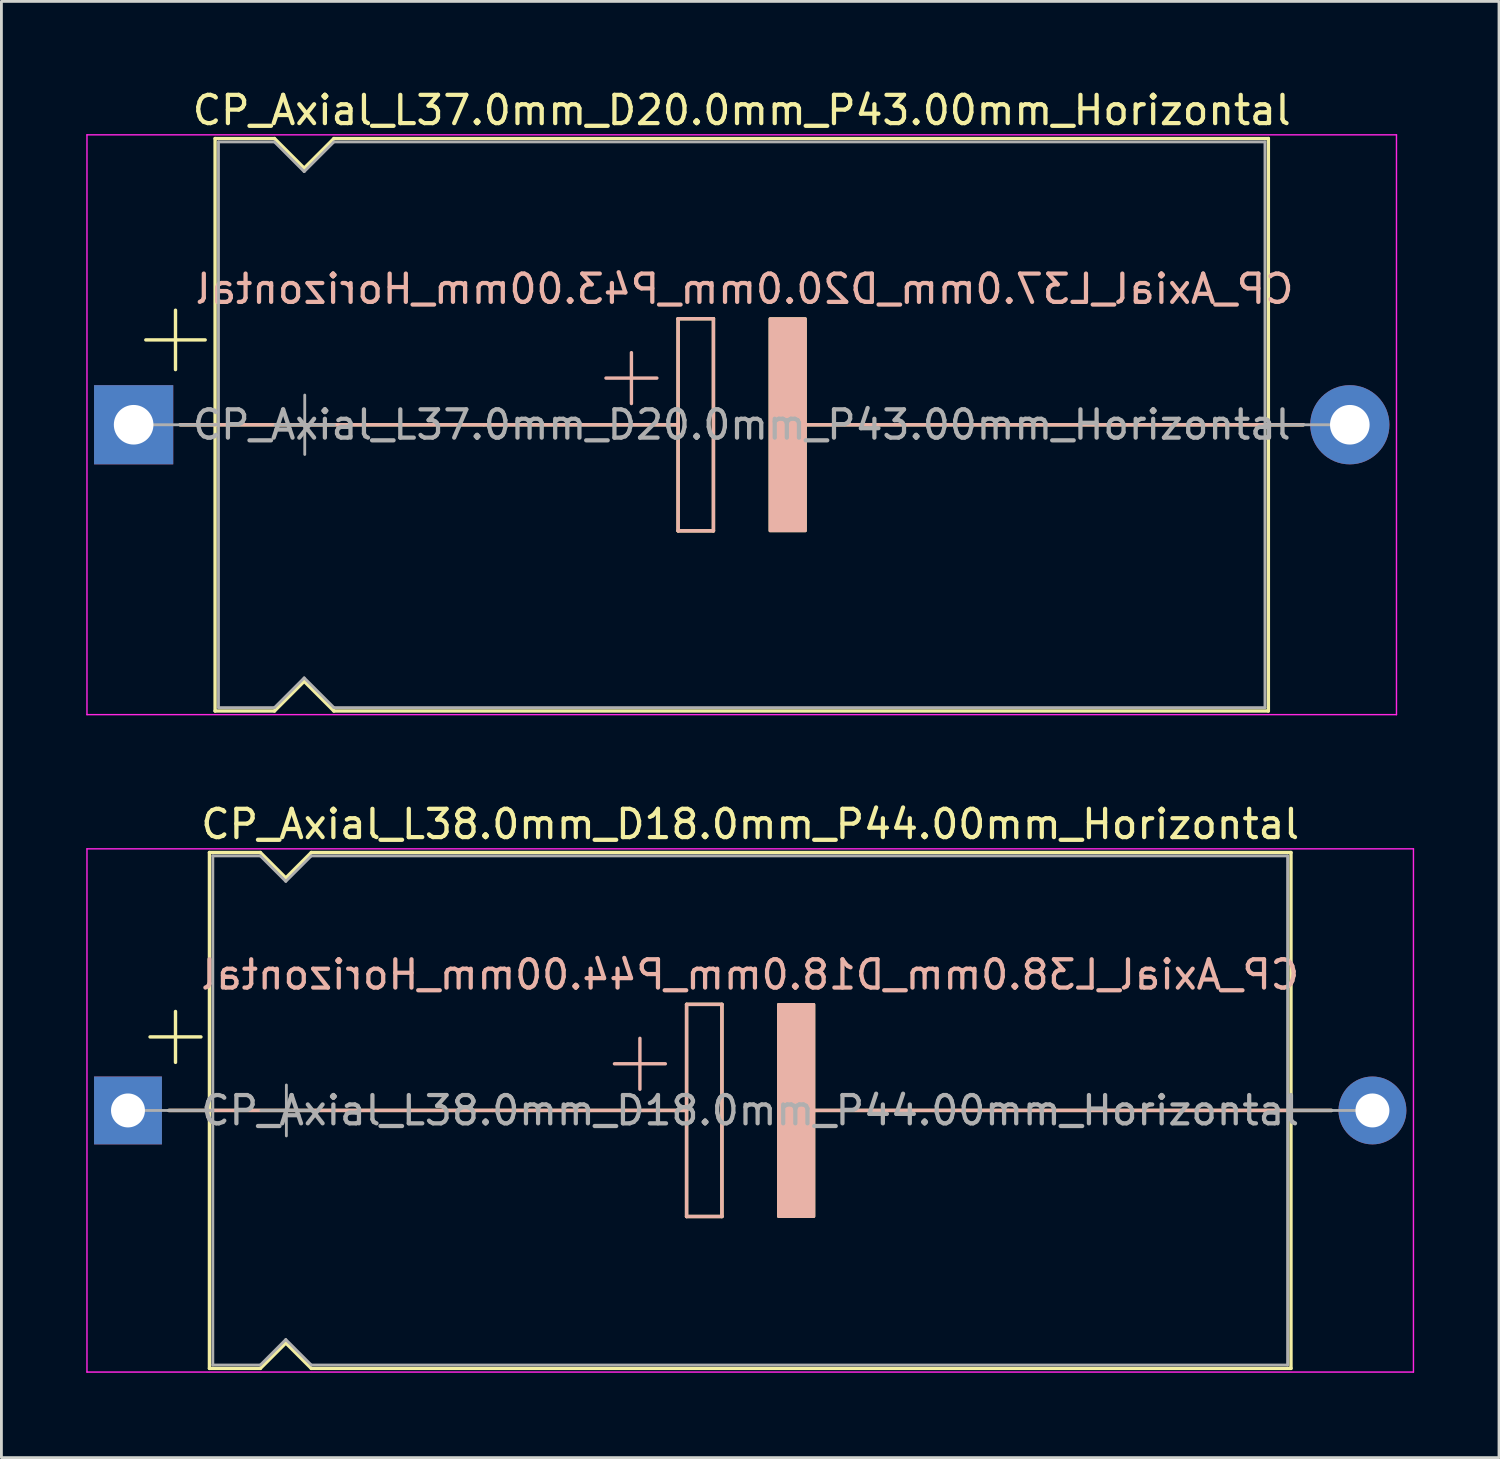
<source format=kicad_pcb>
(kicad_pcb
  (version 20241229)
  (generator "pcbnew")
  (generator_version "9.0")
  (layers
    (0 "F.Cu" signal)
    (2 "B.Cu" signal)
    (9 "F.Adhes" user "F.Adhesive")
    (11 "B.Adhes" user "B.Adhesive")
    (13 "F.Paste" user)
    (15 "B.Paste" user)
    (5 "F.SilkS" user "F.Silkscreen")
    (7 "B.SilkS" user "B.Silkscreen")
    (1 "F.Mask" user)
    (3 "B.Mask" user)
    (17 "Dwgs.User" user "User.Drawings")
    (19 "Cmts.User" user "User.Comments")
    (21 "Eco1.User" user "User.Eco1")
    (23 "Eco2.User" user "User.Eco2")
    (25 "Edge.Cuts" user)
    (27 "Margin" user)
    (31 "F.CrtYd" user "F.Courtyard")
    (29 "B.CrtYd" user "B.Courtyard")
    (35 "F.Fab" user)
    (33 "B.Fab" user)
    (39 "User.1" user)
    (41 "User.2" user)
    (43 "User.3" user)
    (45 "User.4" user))
  (footprint "CP_Axial_L37.0mm_D20.0mm_P43.00mm_Horizontal"
    (layer "F.Cu")
    (at 1.675 11.968)
    (property "Reference" "CP_Axial_L37.0mm_D20.0mm_P43.00mm_Horizontal" (at 21.5 -11.12 0) (layer "F.SilkS") (effects (font (size 1 1) (thickness 0.15))))
    (fp_line (start 0.43 -3) (end 2.53 -3) (stroke (width 0.12) (type solid)) (layer "F.SilkS"))
    (fp_line (start 1.48 -4.05) (end 1.48 -1.95) (stroke (width 0.12) (type solid)) (layer "F.SilkS"))
    (fp_line (start 1.64 0) (end 2.88 0) (stroke (width 0.12) (type solid)) (layer "F.SilkS"))
    (fp_line (start 2.88 -10.12) (end 2.88 10.12) (stroke (width 0.12) (type solid)) (layer "F.SilkS"))
    (fp_line (start 2.88 -10.12) (end 4.98 -10.12) (stroke (width 0.12) (type solid)) (layer "F.SilkS"))
    (fp_line (start 2.88 0) (end 19.25 0) (stroke (width 0.12) (type solid)) (layer "F.SilkS"))
    (fp_line (start 2.88 10.12) (end 4.98 10.12) (stroke (width 0.12) (type solid)) (layer "F.SilkS"))
    (fp_line (start 4.98 -10.12) (end 6.03 -9.07) (stroke (width 0.12) (type solid)) (layer "F.SilkS"))
    (fp_line (start 4.98 10.12) (end 6.03 9.07) (stroke (width 0.12) (type solid)) (layer "F.SilkS"))
    (fp_line (start 6.03 -9.07) (end 7.08 -10.12) (stroke (width 0.12) (type solid)) (layer "F.SilkS"))
    (fp_line (start 6.03 9.07) (end 7.08 10.12) (stroke (width 0.12) (type solid)) (layer "F.SilkS"))
    (fp_line (start 7.08 -10.12) (end 40.12 -10.12) (stroke (width 0.12) (type solid)) (layer "F.SilkS"))
    (fp_line (start 7.08 10.12) (end 40.12 10.12) (stroke (width 0.12) (type solid)) (layer "F.SilkS"))
    (fp_line (start 19.25 -3.75) (end 20.5 -3.75) (stroke (width 0.12) (type solid)) (layer "F.SilkS"))
    (fp_line (start 19.25 0) (end 19.25 -3.75) (stroke (width 0.12) (type solid)) (layer "F.SilkS"))
    (fp_line (start 19.25 3.75) (end 19.25 0) (stroke (width 0.12) (type solid)) (layer "F.SilkS"))
    (fp_line (start 20.5 -3.75) (end 20.5 3.75) (stroke (width 0.12) (type solid)) (layer "F.SilkS"))
    (fp_line (start 20.5 3.75) (end 19.25 3.75) (stroke (width 0.12) (type solid)) (layer "F.SilkS"))
    (fp_line (start 23.75 0) (end 40.132 0) (stroke (width 0.12) (type solid)) (layer "F.SilkS"))
    (fp_line (start 40.12 -10.12) (end 40.12 10.12) (stroke (width 0.12) (type solid)) (layer "F.SilkS"))
    (fp_line (start 41.36 0) (end 40.12 0) (stroke (width 0.12) (type solid)) (layer "F.SilkS"))
    (fp_poly (pts (xy 23.75 3.75) (xy 22.5 3.75) (xy 22.5 -3.75) (xy 23.75 -3.75)) (stroke (width 0.1) (type solid)) (fill yes) (layer "F.SilkS"))
    (fp_line (start 1.65 0) (end 12.38 0) (stroke (width 0.12) (type solid)) (layer "B.SilkS"))
    (fp_line (start 12.38 0) (end 19.25 0) (stroke (width 0.12) (type solid)) (layer "B.SilkS"))
    (fp_line (start 17.6 -2.55) (end 17.6 -0.75) (stroke (width 0.12) (type solid)) (layer "B.SilkS"))
    (fp_line (start 18.5 -1.65) (end 16.7 -1.65) (stroke (width 0.12) (type solid)) (layer "B.SilkS"))
    (fp_line (start 19.25 -3.75) (end 20.5 -3.75) (stroke (width 0.12) (type solid)) (layer "B.SilkS"))
    (fp_line (start 19.25 0) (end 19.25 -3.75) (stroke (width 0.12) (type solid)) (layer "B.SilkS"))
    (fp_line (start 19.25 3.75) (end 19.25 0) (stroke (width 0.12) (type solid)) (layer "B.SilkS"))
    (fp_line (start 20.5 -3.75) (end 20.5 3.75) (stroke (width 0.12) (type solid)) (layer "B.SilkS"))
    (fp_line (start 20.5 3.75) (end 19.25 3.75) (stroke (width 0.12) (type solid)) (layer "B.SilkS"))
    (fp_line (start 23.75 0) (end 30.62 0) (stroke (width 0.12) (type solid)) (layer "B.SilkS"))
    (fp_line (start 41.35 0) (end 30.62 0) (stroke (width 0.12) (type solid)) (layer "B.SilkS"))
    (fp_poly (pts (xy 23.75 3.75) (xy 22.5 3.75) (xy 22.5 -3.75) (xy 23.75 -3.75)) (stroke (width 0.1) (type solid)) (fill yes) (layer "B.SilkS"))
    (fp_line (start -1.65 -10.25) (end -1.65 10.25) (stroke (width 0.05) (type solid)) (layer "F.CrtYd"))
    (fp_line (start -1.65 10.25) (end 44.65 10.25) (stroke (width 0.05) (type solid)) (layer "F.CrtYd"))
    (fp_line (start 44.65 -10.25) (end -1.65 -10.25) (stroke (width 0.05) (type solid)) (layer "F.CrtYd"))
    (fp_line (start 44.65 10.25) (end 44.65 -10.25) (stroke (width 0.05) (type solid)) (layer "F.CrtYd"))
    (fp_line (start 0 0) (end 3 0) (stroke (width 0.1) (type solid)) (layer "F.Fab"))
    (fp_line (start 3 -10) (end 3 10) (stroke (width 0.1) (type solid)) (layer "F.Fab"))
    (fp_line (start 3 -10) (end 4.98 -10) (stroke (width 0.1) (type solid)) (layer "F.Fab"))
    (fp_line (start 3 10) (end 4.98 10) (stroke (width 0.1) (type solid)) (layer "F.Fab"))
    (fp_line (start 4.98 -10) (end 6.03 -8.95) (stroke (width 0.1) (type solid)) (layer "F.Fab"))
    (fp_line (start 4.98 10) (end 6.03 8.95) (stroke (width 0.1) (type solid)) (layer "F.Fab"))
    (fp_line (start 5 0) (end 7.1 0) (stroke (width 0.1) (type solid)) (layer "F.Fab"))
    (fp_line (start 6.03 -8.95) (end 7.08 -10) (stroke (width 0.1) (type solid)) (layer "F.Fab"))
    (fp_line (start 6.03 8.95) (end 7.08 10) (stroke (width 0.1) (type solid)) (layer "F.Fab"))
    (fp_line (start 6.05 -1.05) (end 6.05 1.05) (stroke (width 0.1) (type solid)) (layer "F.Fab"))
    (fp_line (start 7.08 -10) (end 40 -10) (stroke (width 0.1) (type solid)) (layer "F.Fab"))
    (fp_line (start 7.08 10) (end 40 10) (stroke (width 0.1) (type solid)) (layer "F.Fab"))
    (fp_line (start 40 -10) (end 40 10) (stroke (width 0.1) (type solid)) (layer "F.Fab"))
    (fp_line (start 43 0) (end 40 0) (stroke (width 0.1) (type solid)) (layer "F.Fab"))
    (fp_text user "${REFERENCE}" (at 21.6 -4.8 0) (layer "B.SilkS") (effects (font (size 1 1) (thickness 0.15)) (justify mirror)))
    (fp_text user "${REFERENCE}" (at 21.5 0 0) (layer "F.Fab") (effects (font (size 1 1) (thickness 0.15))))
    (pad "1" thru_hole rect (at 0 0) (size 2.8 2.8) (drill 1.4) (layers "*.Cu" "*.Mask"))
    (pad "2" thru_hole oval (at 43 0) (size 2.8 2.8) (drill 1.4) (layers "*.Cu" "*.Mask")))
  (footprint "CP_Axial_L38.0mm_D18.0mm_P44.00mm_Horizontal"
    (layer "F.Cu")
    (at 1.475 36.212)
    (property "Reference" "CP_Axial_L38.0mm_D18.0mm_P44.00mm_Horizontal" (at 22 -10.12 0) (layer "F.SilkS") (effects (font (size 1 1) (thickness 0.15))))
    (fp_line (start 0.78 -2.6) (end 2.58 -2.6) (stroke (width 0.12) (type solid)) (layer "F.SilkS"))
    (fp_line (start 1.44 0) (end 2.88 0) (stroke (width 0.12) (type solid)) (layer "F.SilkS"))
    (fp_line (start 1.68 -3.5) (end 1.68 -1.7) (stroke (width 0.12) (type solid)) (layer "F.SilkS"))
    (fp_line (start 2.88 -9.12) (end 2.88 9.12) (stroke (width 0.12) (type solid)) (layer "F.SilkS"))
    (fp_line (start 2.88 -9.12) (end 4.68 -9.12) (stroke (width 0.12) (type solid)) (layer "F.SilkS"))
    (fp_line (start 2.88 0) (end 19.75 0) (stroke (width 0.12) (type solid)) (layer "F.SilkS"))
    (fp_line (start 2.88 9.12) (end 4.68 9.12) (stroke (width 0.12) (type solid)) (layer "F.SilkS"))
    (fp_line (start 4.68 -9.12) (end 5.58 -8.22) (stroke (width 0.12) (type solid)) (layer "F.SilkS"))
    (fp_line (start 4.68 9.12) (end 5.58 8.22) (stroke (width 0.12) (type solid)) (layer "F.SilkS"))
    (fp_line (start 5.58 -8.22) (end 6.48 -9.12) (stroke (width 0.12) (type solid)) (layer "F.SilkS"))
    (fp_line (start 5.58 8.22) (end 6.48 9.12) (stroke (width 0.12) (type solid)) (layer "F.SilkS"))
    (fp_line (start 6.48 -9.12) (end 41.12 -9.12) (stroke (width 0.12) (type solid)) (layer "F.SilkS"))
    (fp_line (start 6.48 9.12) (end 41.12 9.12) (stroke (width 0.12) (type solid)) (layer "F.SilkS"))
    (fp_line (start 19.75 -3.75) (end 21 -3.75) (stroke (width 0.12) (type solid)) (layer "F.SilkS"))
    (fp_line (start 19.75 0) (end 19.75 -3.75) (stroke (width 0.12) (type solid)) (layer "F.SilkS"))
    (fp_line (start 19.75 3.75) (end 19.75 0) (stroke (width 0.12) (type solid)) (layer "F.SilkS"))
    (fp_line (start 21 -3.75) (end 21 3.75) (stroke (width 0.12) (type solid)) (layer "F.SilkS"))
    (fp_line (start 21 3.75) (end 19.75 3.75) (stroke (width 0.12) (type solid)) (layer "F.SilkS"))
    (fp_line (start 24.25 0) (end 41.12 0) (stroke (width 0.12) (type solid)) (layer "F.SilkS"))
    (fp_line (start 41.12 -9.12) (end 41.12 9.12) (stroke (width 0.12) (type solid)) (layer "F.SilkS"))
    (fp_line (start 42.56 0) (end 41.12 0) (stroke (width 0.12) (type solid)) (layer "F.SilkS"))
    (fp_poly (pts (xy 24.25 3.75) (xy 23 3.75) (xy 23 -3.75) (xy 24.25 -3.75)) (stroke (width 0.1) (type solid)) (fill yes) (layer "F.SilkS"))
    (fp_line (start 1.45 0) (end 12.88 0) (stroke (width 0.12) (type solid)) (layer "B.SilkS"))
    (fp_line (start 12.88 0) (end 19.75 0) (stroke (width 0.12) (type solid)) (layer "B.SilkS"))
    (fp_line (start 18.1 -2.55) (end 18.1 -0.75) (stroke (width 0.12) (type solid)) (layer "B.SilkS"))
    (fp_line (start 19 -1.65) (end 17.2 -1.65) (stroke (width 0.12) (type solid)) (layer "B.SilkS"))
    (fp_line (start 19.75 -3.75) (end 21 -3.75) (stroke (width 0.12) (type solid)) (layer "B.SilkS"))
    (fp_line (start 19.75 0) (end 19.75 -3.75) (stroke (width 0.12) (type solid)) (layer "B.SilkS"))
    (fp_line (start 19.75 3.75) (end 19.75 0) (stroke (width 0.12) (type solid)) (layer "B.SilkS"))
    (fp_line (start 21 -3.75) (end 21 3.75) (stroke (width 0.12) (type solid)) (layer "B.SilkS"))
    (fp_line (start 21 3.75) (end 19.75 3.75) (stroke (width 0.12) (type solid)) (layer "B.SilkS"))
    (fp_line (start 24.25 0) (end 31.12 0) (stroke (width 0.12) (type solid)) (layer "B.SilkS"))
    (fp_line (start 42.55 0) (end 31.12 0) (stroke (width 0.12) (type solid)) (layer "B.SilkS"))
    (fp_poly (pts (xy 24.25 3.75) (xy 23 3.75) (xy 23 -3.75) (xy 24.25 -3.75)) (stroke (width 0.1) (type solid)) (fill yes) (layer "B.SilkS"))
    (fp_line (start -1.45 -9.25) (end -1.45 9.25) (stroke (width 0.05) (type solid)) (layer "F.CrtYd"))
    (fp_line (start -1.45 9.25) (end 45.45 9.25) (stroke (width 0.05) (type solid)) (layer "F.CrtYd"))
    (fp_line (start 45.45 -9.25) (end -1.45 -9.25) (stroke (width 0.05) (type solid)) (layer "F.CrtYd"))
    (fp_line (start 45.45 9.25) (end 45.45 -9.25) (stroke (width 0.05) (type solid)) (layer "F.CrtYd"))
    (fp_line (start 0 0) (end 3 0) (stroke (width 0.1) (type solid)) (layer "F.Fab"))
    (fp_line (start 3 -9) (end 3 9) (stroke (width 0.1) (type solid)) (layer "F.Fab"))
    (fp_line (start 3 -9) (end 4.68 -9) (stroke (width 0.1) (type solid)) (layer "F.Fab"))
    (fp_line (start 3 9) (end 4.68 9) (stroke (width 0.1) (type solid)) (layer "F.Fab"))
    (fp_line (start 4.68 -9) (end 5.58 -8.1) (stroke (width 0.1) (type solid)) (layer "F.Fab"))
    (fp_line (start 4.68 9) (end 5.58 8.1) (stroke (width 0.1) (type solid)) (layer "F.Fab"))
    (fp_line (start 4.7 0) (end 6.5 0) (stroke (width 0.1) (type solid)) (layer "F.Fab"))
    (fp_line (start 5.58 -8.1) (end 6.48 -9) (stroke (width 0.1) (type solid)) (layer "F.Fab"))
    (fp_line (start 5.58 8.1) (end 6.48 9) (stroke (width 0.1) (type solid)) (layer "F.Fab"))
    (fp_line (start 5.6 -0.9) (end 5.6 0.9) (stroke (width 0.1) (type solid)) (layer "F.Fab"))
    (fp_line (start 6.48 -9) (end 41 -9) (stroke (width 0.1) (type solid)) (layer "F.Fab"))
    (fp_line (start 6.48 9) (end 41 9) (stroke (width 0.1) (type solid)) (layer "F.Fab"))
    (fp_line (start 41 -9) (end 41 9) (stroke (width 0.1) (type solid)) (layer "F.Fab"))
    (fp_line (start 44 0) (end 41 0) (stroke (width 0.1) (type solid)) (layer "F.Fab"))
    (fp_text user "${REFERENCE}" (at 22 -4.8 0) (layer "B.SilkS") (effects (font (size 1 1) (thickness 0.15)) (justify mirror)))
    (fp_text user "${REFERENCE}" (at 22 0 0) (layer "F.Fab") (effects (font (size 1 1) (thickness 0.15))))
    (pad "1" thru_hole rect (at 0 0) (size 2.4 2.4) (drill 1.2) (layers "*.Cu" "*.Mask"))
    (pad "2" thru_hole oval (at 44 0) (size 2.4 2.4) (drill 1.2) (layers "*.Cu" "*.Mask")))
  (gr_rect
    (start -3 -3)
    (end 49.95 48.486)
    (stroke (width 0.1) (type default))
    (fill no)
    (layer "Edge.Cuts")))
</source>
